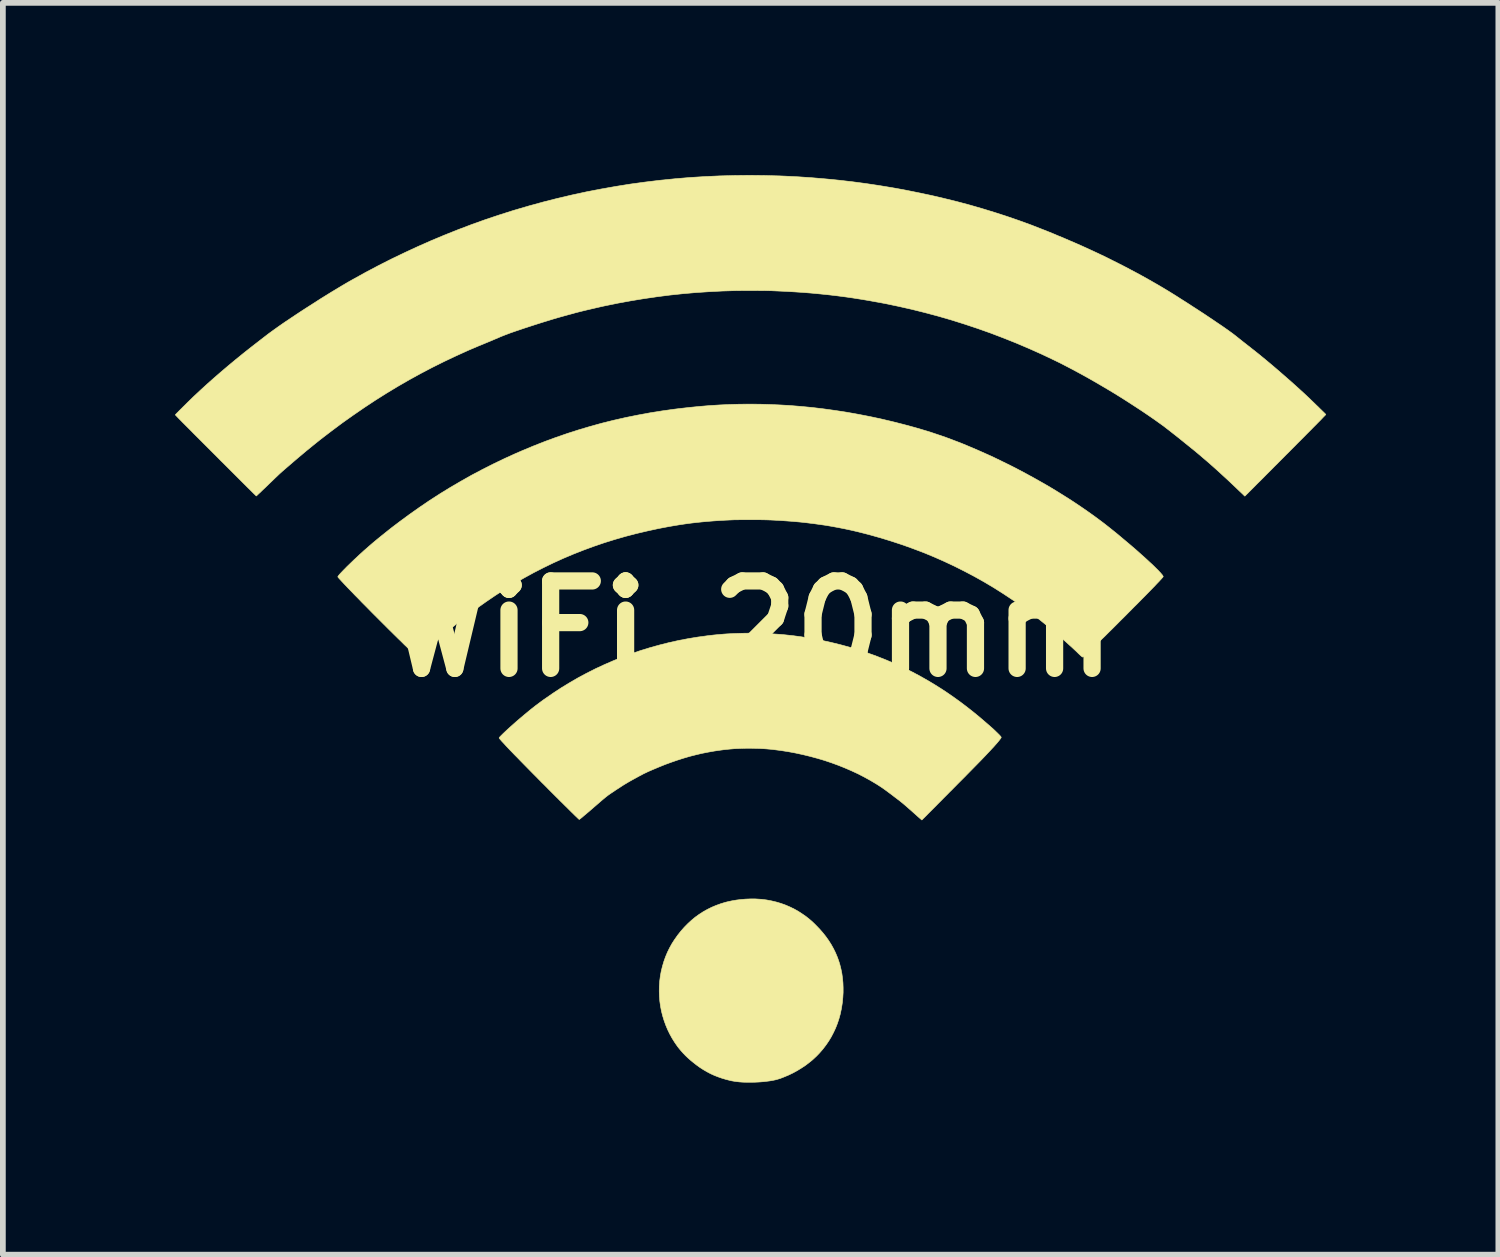
<source format=kicad_pcb>
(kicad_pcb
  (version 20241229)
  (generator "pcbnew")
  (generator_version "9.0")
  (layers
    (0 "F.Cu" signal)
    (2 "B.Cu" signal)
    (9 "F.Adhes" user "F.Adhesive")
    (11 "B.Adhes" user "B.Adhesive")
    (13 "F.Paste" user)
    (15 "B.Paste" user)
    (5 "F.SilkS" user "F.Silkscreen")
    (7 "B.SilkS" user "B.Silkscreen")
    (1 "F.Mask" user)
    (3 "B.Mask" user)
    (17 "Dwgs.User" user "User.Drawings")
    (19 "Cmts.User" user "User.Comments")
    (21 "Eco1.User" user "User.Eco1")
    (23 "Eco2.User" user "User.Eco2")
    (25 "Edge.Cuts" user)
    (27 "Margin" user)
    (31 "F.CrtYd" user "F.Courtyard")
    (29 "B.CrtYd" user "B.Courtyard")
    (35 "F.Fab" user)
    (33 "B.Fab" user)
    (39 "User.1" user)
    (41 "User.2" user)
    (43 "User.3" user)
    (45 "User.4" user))
  (footprint "WiFi_20mm"
    (layer "F.Cu")
    (at 10.028 7.907)
    (property "Reference" "WiFi_20mm" (at 0 0 0) (layer "F.SilkS") (effects (font (size 1.524 1.524) (thickness 0.3))))
    (attr through_hole)
    (fp_poly (pts (xy 0.082 4.706) (xy 0.162 4.711) (xy 0.192 4.713) (xy 0.279 4.724) (xy 0.364 4.74) (xy 0.448 4.76) (xy 0.529 4.784) (xy 0.609 4.813) (xy 0.686 4.846) (xy 0.762 4.883) (xy 0.836 4.925) (xy 0.908 4.972) (xy 0.968 5.014) (xy 0.998 5.038) (xy 1.027 5.061) (xy 1.055 5.085) (xy 1.083 5.11) (xy 1.112 5.138) (xy 1.137 5.163) (xy 1.2 5.228) (xy 1.258 5.294) (xy 1.312 5.362) (xy 1.361 5.431) (xy 1.406 5.502) (xy 1.446 5.574) (xy 1.482 5.648) (xy 1.514 5.724) (xy 1.541 5.801) (xy 1.556 5.85) (xy 1.575 5.926) (xy 1.591 6.005) (xy 1.602 6.086) (xy 1.61 6.169) (xy 1.613 6.253) (xy 1.613 6.338) (xy 1.608 6.423) (xy 1.6 6.509) (xy 1.587 6.594) (xy 1.581 6.628) (xy 1.563 6.713) (xy 1.54 6.796) (xy 1.513 6.877) (xy 1.482 6.956) (xy 1.446 7.033) (xy 1.407 7.108) (xy 1.363 7.181) (xy 1.316 7.25) (xy 1.265 7.317) (xy 1.252 7.333) (xy 1.224 7.365) (xy 1.195 7.398) (xy 1.164 7.43) (xy 1.135 7.459) (xy 1.121 7.471) (xy 1.107 7.485) (xy 1.095 7.496) (xy 1.085 7.505) (xy 1.076 7.513) (xy 1.068 7.52) (xy 1.06 7.526) (xy 1.051 7.534) (xy 1.04 7.542) (xy 1.027 7.553) (xy 1.025 7.554) (xy 0.959 7.605) (xy 0.888 7.652) (xy 0.815 7.697) (xy 0.738 7.739) (xy 0.659 7.777) (xy 0.577 7.811) (xy 0.518 7.834) (xy 0.479 7.846) (xy 0.436 7.858) (xy 0.388 7.868) (xy 0.336 7.877) (xy 0.28 7.884) (xy 0.22 7.891) (xy 0.157 7.896) (xy 0.097 7.899) (xy 0.076 7.9) (xy 0.051 7.9) (xy 0.024 7.901) (xy -0.005 7.901) (xy -0.034 7.901) (xy -0.062 7.901) (xy -0.089 7.9) (xy -0.113 7.9) (xy -0.134 7.899) (xy -0.138 7.899) (xy -0.194 7.895) (xy -0.245 7.889) (xy -0.293 7.882) (xy -0.339 7.874) (xy -0.35 7.871) (xy -0.426 7.852) (xy -0.497 7.831) (xy -0.566 7.807) (xy -0.632 7.781) (xy -0.696 7.752) (xy -0.758 7.719) (xy -0.82 7.683) (xy -0.881 7.644) (xy -0.942 7.6) (xy -0.998 7.556) (xy -1.048 7.515) (xy -1.094 7.474) (xy -1.137 7.433) (xy -1.177 7.391) (xy -1.216 7.347) (xy -1.254 7.301) (xy -1.274 7.275) (xy -1.322 7.206) (xy -1.367 7.134) (xy -1.408 7.06) (xy -1.445 6.984) (xy -1.478 6.905) (xy -1.507 6.825) (xy -1.532 6.743) (xy -1.553 6.66) (xy -1.569 6.576) (xy -1.581 6.49) (xy -1.588 6.405) (xy -1.591 6.318) (xy -1.59 6.232) (xy -1.584 6.145) (xy -1.583 6.136) (xy -1.572 6.049) (xy -1.556 5.963) (xy -1.535 5.879) (xy -1.511 5.797) (xy -1.482 5.716) (xy -1.449 5.637) (xy -1.411 5.56) (xy -1.37 5.486) (xy -1.324 5.414) (xy -1.321 5.41) (xy -1.268 5.335) (xy -1.212 5.265) (xy -1.154 5.199) (xy -1.093 5.137) (xy -1.03 5.079) (xy -0.965 5.025) (xy -0.897 4.976) (xy -0.826 4.93) (xy -0.753 4.889) (xy -0.678 4.852) (xy -0.6 4.819) (xy -0.52 4.79) (xy -0.438 4.765) (xy -0.405 4.757) (xy -0.328 4.74) (xy -0.247 4.726) (xy -0.165 4.716) (xy -0.083 4.709) (xy -0.000071 4.706) (xy 0.082 4.706)) (stroke (width 0.01) (type solid)) (fill yes) (layer "F.SilkS"))
    (fp_poly (pts (xy 0.129 0.077) (xy 0.259 0.081) (xy 0.39 0.088) (xy 0.521 0.097) (xy 0.578 0.102) (xy 0.745 0.12) (xy 0.911 0.143) (xy 1.076 0.17) (xy 1.241 0.201) (xy 1.404 0.237) (xy 1.567 0.277) (xy 1.729 0.321) (xy 1.889 0.37) (xy 2.047 0.423) (xy 2.204 0.48) (xy 2.358 0.541) (xy 2.511 0.606) (xy 2.662 0.675) (xy 2.81 0.748) (xy 2.955 0.825) (xy 3.097 0.906) (xy 3.207 0.972) (xy 3.32 1.043) (xy 3.432 1.117) (xy 3.543 1.194) (xy 3.654 1.274) (xy 3.765 1.358) (xy 3.877 1.446) (xy 3.989 1.538) (xy 4.101 1.634) (xy 4.138 1.666) (xy 4.165 1.689) (xy 4.188 1.71) (xy 4.209 1.728) (xy 4.228 1.745) (xy 4.245 1.761) (xy 4.262 1.777) (xy 4.278 1.793) (xy 4.295 1.809) (xy 4.305 1.819) (xy 4.323 1.837) (xy 4.337 1.851) (xy 4.348 1.863) (xy 4.357 1.873) (xy 4.362 1.88) (xy 4.366 1.886) (xy 4.367 1.89) (xy 4.367 1.893) (xy 4.363 1.902) (xy 4.355 1.914) (xy 4.344 1.929) (xy 4.33 1.947) (xy 4.312 1.969) (xy 4.291 1.994) (xy 4.266 2.022) (xy 4.238 2.054) (xy 4.206 2.088) (xy 4.171 2.126) (xy 4.132 2.167) (xy 4.09 2.212) (xy 4.044 2.26) (xy 3.995 2.311) (xy 3.942 2.365) (xy 3.886 2.422) (xy 3.826 2.483) (xy 3.763 2.547) (xy 3.743 2.568) (xy 3.711 2.6) (xy 3.678 2.633) (xy 3.645 2.666) (xy 3.61 2.701) (xy 3.576 2.736) (xy 3.54 2.772) (xy 3.505 2.808) (xy 3.469 2.843) (xy 3.434 2.879) (xy 3.398 2.915) (xy 3.363 2.95) (xy 3.329 2.985) (xy 3.295 3.019) (xy 3.262 3.052) (xy 3.231 3.084) (xy 3.2 3.115) (xy 3.171 3.144) (xy 3.143 3.172) (xy 3.117 3.198) (xy 3.093 3.222) (xy 3.071 3.245) (xy 3.051 3.265) (xy 3.033 3.283) (xy 3.018 3.298) (xy 3.005 3.31) (xy 2.996 3.32) (xy 2.989 3.327) (xy 2.985 3.33) (xy 2.985 3.331) (xy 2.983 3.329) (xy 2.977 3.325) (xy 2.969 3.318) (xy 2.959 3.309) (xy 2.946 3.298) (xy 2.931 3.285) (xy 2.915 3.271) (xy 2.902 3.259) (xy 2.864 3.225) (xy 2.829 3.194) (xy 2.798 3.166) (xy 2.769 3.141) (xy 2.743 3.118) (xy 2.719 3.097) (xy 2.696 3.077) (xy 2.676 3.06) (xy 2.657 3.044) (xy 2.639 3.029) (xy 2.621 3.015) (xy 2.604 3.001) (xy 2.588 2.988) (xy 2.571 2.976) (xy 2.556 2.964) (xy 2.543 2.954) (xy 2.527 2.942) (xy 2.509 2.929) (xy 2.49 2.914) (xy 2.471 2.899) (xy 2.452 2.885) (xy 2.444 2.879) (xy 2.409 2.853) (xy 2.377 2.829) (xy 2.347 2.807) (xy 2.319 2.787) (xy 2.292 2.768) (xy 2.265 2.75) (xy 2.237 2.732) (xy 2.209 2.714) (xy 2.19 2.702) (xy 2.089 2.642) (xy 1.984 2.584) (xy 1.876 2.528) (xy 1.764 2.476) (xy 1.649 2.426) (xy 1.532 2.379) (xy 1.412 2.335) (xy 1.29 2.294) (xy 1.166 2.257) (xy 1.04 2.223) (xy 0.913 2.192) (xy 0.784 2.164) (xy 0.655 2.14) (xy 0.526 2.12) (xy 0.456 2.111) (xy 0.393 2.103) (xy 0.334 2.097) (xy 0.276 2.092) (xy 0.219 2.088) (xy 0.161 2.085) (xy 0.101 2.083) (xy 0.038 2.082) (xy 0.022 2.081) (xy -0.079 2.081) (xy -0.177 2.084) (xy -0.273 2.088) (xy -0.368 2.096) (xy -0.464 2.106) (xy -0.561 2.119) (xy -0.634 2.13) (xy -0.741 2.149) (xy -0.847 2.17) (xy -0.953 2.195) (xy -1.059 2.222) (xy -1.165 2.253) (xy -1.272 2.287) (xy -1.379 2.324) (xy -1.489 2.364) (xy -1.6 2.409) (xy -1.714 2.457) (xy -1.748 2.472) (xy -1.772 2.482) (xy -1.794 2.492) (xy -1.816 2.503) (xy -1.838 2.513) (xy -1.861 2.524) (xy -1.884 2.536) (xy -1.909 2.55) (xy -1.937 2.564) (xy -1.968 2.581) (xy -2.001 2.599) (xy -2.008 2.603) (xy -2.041 2.621) (xy -2.07 2.637) (xy -2.097 2.652) (xy -2.123 2.667) (xy -2.147 2.681) (xy -2.17 2.695) (xy -2.194 2.709) (xy -2.218 2.724) (xy -2.243 2.74) (xy -2.27 2.758) (xy -2.299 2.777) (xy -2.332 2.798) (xy -2.361 2.817) (xy -2.382 2.832) (xy -2.402 2.845) (xy -2.419 2.856) (xy -2.435 2.867) (xy -2.45 2.877) (xy -2.464 2.887) (xy -2.477 2.896) (xy -2.49 2.906) (xy -2.503 2.916) (xy -2.516 2.926) (xy -2.53 2.937) (xy -2.545 2.95) (xy -2.561 2.963) (xy -2.579 2.978) (xy -2.599 2.995) (xy -2.622 3.015) (xy -2.646 3.036) (xy -2.674 3.06) (xy -2.705 3.087) (xy -2.71 3.091) (xy -2.749 3.125) (xy -2.785 3.156) (xy -2.817 3.184) (xy -2.847 3.209) (xy -2.873 3.231) (xy -2.896 3.25) (xy -2.916 3.267) (xy -2.933 3.282) (xy -2.948 3.294) (xy -2.96 3.304) (xy -2.97 3.311) (xy -2.977 3.317) (xy -2.983 3.32) (xy -2.986 3.322) (xy -2.986 3.322) (xy -2.988 3.32) (xy -2.994 3.315) (xy -3.002 3.307) (xy -3.013 3.297) (xy -3.026 3.284) (xy -3.042 3.269) (xy -3.06 3.252) (xy -3.079 3.233) (xy -3.1 3.212) (xy -3.122 3.191) (xy -3.145 3.168) (xy -3.154 3.159) (xy -3.18 3.133) (xy -3.206 3.107) (xy -3.234 3.08) (xy -3.261 3.053) (xy -3.287 3.027) (xy -3.313 3.002) (xy -3.337 2.978) (xy -3.359 2.955) (xy -3.379 2.936) (xy -3.397 2.918) (xy -3.407 2.908) (xy -3.42 2.895) (xy -3.436 2.879) (xy -3.455 2.86) (xy -3.476 2.839) (xy -3.499 2.816) (xy -3.525 2.79) (xy -3.551 2.763) (xy -3.579 2.735) (xy -3.608 2.706) (xy -3.638 2.677) (xy -3.667 2.647) (xy -3.697 2.617) (xy -3.723 2.59) (xy -3.789 2.524) (xy -3.851 2.461) (xy -3.91 2.401) (xy -3.965 2.345) (xy -4.017 2.292) (xy -4.065 2.242) (xy -4.111 2.196) (xy -4.152 2.153) (xy -4.191 2.113) (xy -4.226 2.076) (xy -4.257 2.043) (xy -4.285 2.012) (xy -4.31 1.985) (xy -4.332 1.962) (xy -4.35 1.941) (xy -4.365 1.924) (xy -4.37 1.917) (xy -4.375 1.911) (xy -4.379 1.906) (xy -4.38 1.901) (xy -4.379 1.897) (xy -4.376 1.891) (xy -4.369 1.884) (xy -4.36 1.874) (xy -4.357 1.871) (xy -4.338 1.852) (xy -4.315 1.829) (xy -4.29 1.805) (xy -4.261 1.778) (xy -4.23 1.749) (xy -4.197 1.719) (xy -4.162 1.688) (xy -4.125 1.655) (xy -4.088 1.622) (xy -4.05 1.589) (xy -4.011 1.556) (xy -3.972 1.523) (xy -3.933 1.49) (xy -3.895 1.459) (xy -3.858 1.428) (xy -3.822 1.399) (xy -3.818 1.396) (xy -3.799 1.381) (xy -3.776 1.363) (xy -3.751 1.343) (xy -3.724 1.323) (xy -3.696 1.302) (xy -3.668 1.281) (xy -3.641 1.261) (xy -3.615 1.242) (xy -3.591 1.225) (xy -3.586 1.222) (xy -3.445 1.124) (xy -3.302 1.03) (xy -3.156 0.941) (xy -3.008 0.855) (xy -2.857 0.774) (xy -2.705 0.697) (xy -2.55 0.625) (xy -2.394 0.557) (xy -2.236 0.493) (xy -2.076 0.433) (xy -1.915 0.378) (xy -1.752 0.328) (xy -1.587 0.282) (xy -1.421 0.24) (xy -1.254 0.203) (xy -1.086 0.171) (xy -0.916 0.143) (xy -0.746 0.12) (xy -0.642 0.108) (xy -0.582 0.102) (xy -0.523 0.097) (xy -0.466 0.092) (xy -0.408 0.088) (xy -0.35 0.085) (xy -0.291 0.082) (xy -0.229 0.08) (xy -0.164 0.078) (xy -0.124 0.077) (xy 0.001 0.075) (xy 0.129 0.077)) (stroke (width 0.01) (type solid)) (fill yes) (layer "F.SilkS"))
    (fp_poly (pts (xy 0.16 -3.914) (xy 0.336 -3.909) (xy 0.514 -3.901) (xy 0.673 -3.892) (xy 0.871 -3.876) (xy 1.071 -3.857) (xy 1.271 -3.833) (xy 1.473 -3.805) (xy 1.675 -3.774) (xy 1.877 -3.738) (xy 2.078 -3.699) (xy 2.279 -3.656) (xy 2.478 -3.609) (xy 2.675 -3.559) (xy 2.87 -3.506) (xy 3.063 -3.449) (xy 3.131 -3.428) (xy 3.262 -3.384) (xy 3.397 -3.338) (xy 3.533 -3.287) (xy 3.672 -3.234) (xy 3.811 -3.176) (xy 3.952 -3.116) (xy 4.094 -3.053) (xy 4.237 -2.988) (xy 4.379 -2.919) (xy 4.522 -2.849) (xy 4.664 -2.776) (xy 4.805 -2.701) (xy 4.946 -2.624) (xy 5.084 -2.546) (xy 5.222 -2.466) (xy 5.357 -2.384) (xy 5.49 -2.301) (xy 5.62 -2.218) (xy 5.747 -2.133) (xy 5.87 -2.048) (xy 5.991 -1.962) (xy 6.107 -1.876) (xy 6.16 -1.836) (xy 6.211 -1.796) (xy 6.264 -1.754) (xy 6.319 -1.71) (xy 6.374 -1.666) (xy 6.429 -1.62) (xy 6.485 -1.573) (xy 6.541 -1.526) (xy 6.597 -1.479) (xy 6.652 -1.432) (xy 6.707 -1.385) (xy 6.76 -1.338) (xy 6.811 -1.292) (xy 6.861 -1.248) (xy 6.909 -1.204) (xy 6.954 -1.162) (xy 6.997 -1.123) (xy 7.036 -1.085) (xy 7.072 -1.049) (xy 7.1 -1.022) (xy 7.123 -0.997) (xy 7.143 -0.976) (xy 7.159 -0.957) (xy 7.172 -0.942) (xy 7.181 -0.929) (xy 7.187 -0.919) (xy 7.19 -0.911) (xy 7.189 -0.907) (xy 7.186 -0.903) (xy 7.18 -0.895) (xy 7.171 -0.885) (xy 7.16 -0.872) (xy 7.146 -0.857) (xy 7.13 -0.84) (xy 7.113 -0.821) (xy 7.099 -0.807) (xy 7.074 -0.781) (xy 7.046 -0.751) (xy 7.014 -0.718) (xy 6.98 -0.683) (xy 6.944 -0.646) (xy 6.905 -0.606) (xy 6.865 -0.565) (xy 6.822 -0.522) (xy 6.778 -0.477) (xy 6.733 -0.431) (xy 6.686 -0.385) (xy 6.639 -0.337) (xy 6.591 -0.289) (xy 6.543 -0.24) (xy 6.494 -0.191) (xy 6.445 -0.143) (xy 6.397 -0.094) (xy 6.349 -0.046) (xy 6.302 0.001) (xy 6.255 0.047) (xy 6.21 0.092) (xy 6.166 0.136) (xy 6.123 0.177) (xy 6.083 0.218) (xy 6.044 0.256) (xy 6.008 0.291) (xy 5.973 0.324) (xy 5.942 0.355) (xy 5.913 0.382) (xy 5.888 0.407) (xy 5.884 0.411) (xy 5.867 0.427) (xy 5.851 0.442) (xy 5.836 0.455) (xy 5.823 0.467) (xy 5.811 0.477) (xy 5.802 0.485) (xy 5.796 0.49) (xy 5.792 0.493) (xy 5.792 0.493) (xy 5.789 0.492) (xy 5.785 0.491) (xy 5.78 0.488) (xy 5.773 0.484) (xy 5.765 0.478) (xy 5.756 0.47) (xy 5.744 0.459) (xy 5.73 0.446) (xy 5.713 0.43) (xy 5.705 0.422) (xy 5.682 0.399) (xy 5.654 0.373) (xy 5.624 0.345) (xy 5.592 0.315) (xy 5.557 0.284) (xy 5.521 0.251) (xy 5.484 0.218) (xy 5.445 0.184) (xy 5.407 0.149) (xy 5.368 0.116) (xy 5.33 0.083) (xy 5.293 0.05) (xy 5.257 0.02) (xy 5.222 -0.009) (xy 5.202 -0.026) (xy 5.046 -0.152) (xy 4.889 -0.274) (xy 4.729 -0.391) (xy 4.567 -0.504) (xy 4.404 -0.612) (xy 4.238 -0.717) (xy 4.07 -0.817) (xy 3.899 -0.913) (xy 3.726 -1.004) (xy 3.551 -1.092) (xy 3.374 -1.175) (xy 3.195 -1.254) (xy 3.013 -1.329) (xy 2.828 -1.399) (xy 2.641 -1.466) (xy 2.452 -1.528) (xy 2.26 -1.587) (xy 2.216 -1.599) (xy 2.096 -1.633) (xy 1.978 -1.664) (xy 1.863 -1.693) (xy 1.751 -1.719) (xy 1.639 -1.743) (xy 1.528 -1.765) (xy 1.418 -1.785) (xy 1.307 -1.804) (xy 1.194 -1.82) (xy 1.08 -1.836) (xy 1.065 -1.837) (xy 0.995 -1.846) (xy 0.927 -1.854) (xy 0.859 -1.861) (xy 0.792 -1.867) (xy 0.724 -1.873) (xy 0.655 -1.878) (xy 0.585 -1.883) (xy 0.512 -1.888) (xy 0.437 -1.892) (xy 0.357 -1.896) (xy 0.298 -1.898) (xy 0.281 -1.899) (xy 0.26 -1.899) (xy 0.235 -1.9) (xy 0.206 -1.9) (xy 0.175 -1.901) (xy 0.141 -1.901) (xy 0.105 -1.901) (xy 0.068 -1.901) (xy 0.029 -1.901) (xy -0.01 -1.901) (xy -0.049 -1.901) (xy -0.087 -1.901) (xy -0.125 -1.901) (xy -0.161 -1.901) (xy -0.195 -1.901) (xy -0.227 -1.9) (xy -0.256 -1.9) (xy -0.282 -1.9) (xy -0.304 -1.899) (xy -0.322 -1.898) (xy -0.325 -1.898) (xy -0.436 -1.893) (xy -0.542 -1.887) (xy -0.646 -1.88) (xy -0.746 -1.872) (xy -0.845 -1.863) (xy -0.941 -1.853) (xy -1.037 -1.842) (xy -1.133 -1.829) (xy -1.228 -1.815) (xy -1.325 -1.799) (xy -1.424 -1.782) (xy -1.524 -1.763) (xy -1.607 -1.747) (xy -1.8 -1.705) (xy -1.991 -1.66) (xy -2.179 -1.611) (xy -2.366 -1.557) (xy -2.549 -1.5) (xy -2.731 -1.438) (xy -2.91 -1.372) (xy -3.088 -1.302) (xy -3.263 -1.228) (xy -3.437 -1.149) (xy -3.608 -1.066) (xy -3.778 -0.979) (xy -3.946 -0.887) (xy -4.113 -0.791) (xy -4.278 -0.691) (xy -4.441 -0.586) (xy -4.603 -0.476) (xy -4.764 -0.362) (xy -4.923 -0.244) (xy -5.081 -0.12) (xy -5.238 0.007) (xy -5.24 0.009) (xy -5.275 0.038) (xy -5.31 0.069) (xy -5.347 0.1) (xy -5.385 0.133) (xy -5.422 0.165) (xy -5.46 0.198) (xy -5.496 0.23) (xy -5.532 0.262) (xy -5.566 0.293) (xy -5.599 0.322) (xy -5.629 0.35) (xy -5.657 0.376) (xy -5.682 0.399) (xy -5.703 0.42) (xy -5.723 0.439) (xy -5.74 0.455) (xy -5.755 0.468) (xy -5.767 0.477) (xy -5.778 0.484) (xy -5.787 0.488) (xy -5.794 0.49) (xy -5.8 0.489) (xy -5.806 0.487) (xy -5.812 0.482) (xy -5.822 0.474) (xy -5.835 0.463) (xy -5.851 0.448) (xy -5.869 0.431) (xy -5.891 0.411) (xy -5.915 0.388) (xy -5.941 0.363) (xy -5.969 0.336) (xy -5.999 0.307) (xy -6.032 0.276) (xy -6.066 0.242) (xy -6.101 0.207) (xy -6.139 0.171) (xy -6.177 0.133) (xy -6.217 0.094) (xy -6.257 0.054) (xy -6.299 0.013) (xy -6.341 -0.029) (xy -6.384 -0.072) (xy -6.428 -0.116) (xy -6.471 -0.159) (xy -6.515 -0.203) (xy -6.559 -0.247) (xy -6.603 -0.291) (xy -6.646 -0.335) (xy -6.689 -0.379) (xy -6.732 -0.422) (xy -6.774 -0.464) (xy -6.814 -0.506) (xy -6.854 -0.547) (xy -6.893 -0.586) (xy -6.93 -0.625) (xy -6.966 -0.662) (xy -6.997 -0.694) (xy -7.026 -0.724) (xy -7.053 -0.753) (xy -7.078 -0.779) (xy -7.101 -0.804) (xy -7.122 -0.826) (xy -7.14 -0.846) (xy -7.156 -0.863) (xy -7.169 -0.877) (xy -7.179 -0.889) (xy -7.186 -0.897) (xy -7.19 -0.903) (xy -7.19 -0.904) (xy -7.191 -0.908) (xy -7.19 -0.912) (xy -7.185 -0.919) (xy -7.185 -0.919) (xy -7.177 -0.93) (xy -7.165 -0.945) (xy -7.15 -0.962) (xy -7.132 -0.981) (xy -7.111 -1.003) (xy -7.088 -1.027) (xy -7.063 -1.052) (xy -7.036 -1.08) (xy -7.006 -1.109) (xy -6.975 -1.139) (xy -6.943 -1.17) (xy -6.91 -1.202) (xy -6.875 -1.234) (xy -6.84 -1.267) (xy -6.805 -1.3) (xy -6.769 -1.332) (xy -6.74 -1.359) (xy -6.694 -1.399) (xy -6.645 -1.442) (xy -6.593 -1.487) (xy -6.538 -1.533) (xy -6.481 -1.58) (xy -6.423 -1.627) (xy -6.363 -1.675) (xy -6.303 -1.723) (xy -6.242 -1.771) (xy -6.181 -1.817) (xy -6.122 -1.862) (xy -5.947 -1.991) (xy -5.77 -2.116) (xy -5.592 -2.237) (xy -5.412 -2.353) (xy -5.23 -2.465) (xy -5.045 -2.573) (xy -4.859 -2.678) (xy -4.67 -2.778) (xy -4.478 -2.875) (xy -4.282 -2.969) (xy -4.084 -3.059) (xy -3.984 -3.102) (xy -3.788 -3.184) (xy -3.59 -3.262) (xy -3.392 -3.335) (xy -3.192 -3.404) (xy -2.992 -3.468) (xy -2.79 -3.528) (xy -2.587 -3.584) (xy -2.382 -3.635) (xy -2.175 -3.682) (xy -1.967 -3.724) (xy -1.756 -3.763) (xy -1.544 -3.797) (xy -1.329 -3.827) (xy -1.256 -3.836) (xy -1.073 -3.857) (xy -0.892 -3.875) (xy -0.715 -3.89) (xy -0.538 -3.901) (xy -0.364 -3.909) (xy -0.189 -3.914) (xy -0.015 -3.915) (xy 0.16 -3.914)) (stroke (width 0.01) (type solid)) (fill yes) (layer "F.SilkS"))
    (fp_poly (pts (xy 0.243 -7.899) (xy 0.505 -7.892) (xy 0.601 -7.888) (xy 0.836 -7.876) (xy 1.071 -7.86) (xy 1.306 -7.84) (xy 1.541 -7.817) (xy 1.775 -7.79) (xy 2.008 -7.759) (xy 2.241 -7.724) (xy 2.472 -7.686) (xy 2.702 -7.644) (xy 2.93 -7.598) (xy 3.157 -7.55) (xy 3.382 -7.497) (xy 3.605 -7.442) (xy 3.825 -7.383) (xy 4.043 -7.32) (xy 4.258 -7.254) (xy 4.471 -7.185) (xy 4.68 -7.113) (xy 4.886 -7.038) (xy 5.063 -6.969) (xy 5.16 -6.931) (xy 5.259 -6.891) (xy 5.358 -6.849) (xy 5.458 -6.808) (xy 5.557 -6.765) (xy 5.655 -6.723) (xy 5.751 -6.681) (xy 5.844 -6.639) (xy 5.933 -6.598) (xy 5.977 -6.578) (xy 6.081 -6.529) (xy 6.186 -6.479) (xy 6.292 -6.426) (xy 6.398 -6.373) (xy 6.504 -6.319) (xy 6.61 -6.263) (xy 6.714 -6.208) (xy 6.817 -6.152) (xy 6.918 -6.096) (xy 7.016 -6.04) (xy 7.112 -5.985) (xy 7.203 -5.931) (xy 7.286 -5.881) (xy 7.349 -5.842) (xy 7.415 -5.801) (xy 7.483 -5.757) (xy 7.553 -5.713) (xy 7.625 -5.667) (xy 7.697 -5.62) (xy 7.77 -5.573) (xy 7.842 -5.526) (xy 7.914 -5.479) (xy 7.984 -5.432) (xy 8.053 -5.386) (xy 8.119 -5.341) (xy 8.183 -5.298) (xy 8.243 -5.257) (xy 8.277 -5.233) (xy 8.32 -5.203) (xy 8.361 -5.173) (xy 8.4 -5.145) (xy 8.435 -5.118) (xy 8.467 -5.093) (xy 8.488 -5.076) (xy 8.507 -5.061) (xy 8.528 -5.044) (xy 8.551 -5.026) (xy 8.576 -5.006) (xy 8.604 -4.984) (xy 8.635 -4.96) (xy 8.669 -4.933) (xy 8.707 -4.904) (xy 8.707 -4.903) (xy 8.728 -4.887) (xy 8.75 -4.869) (xy 8.773 -4.852) (xy 8.795 -4.834) (xy 8.815 -4.818) (xy 8.834 -4.803) (xy 8.85 -4.79) (xy 8.859 -4.783) (xy 8.916 -4.736) (xy 8.976 -4.687) (xy 9.037 -4.636) (xy 9.099 -4.584) (xy 9.162 -4.53) (xy 9.226 -4.475) (xy 9.289 -4.42) (xy 9.352 -4.365) (xy 9.414 -4.311) (xy 9.474 -4.257) (xy 9.533 -4.204) (xy 9.59 -4.152) (xy 9.645 -4.102) (xy 9.696 -4.054) (xy 9.745 -4.008) (xy 9.762 -3.991) (xy 9.787 -3.967) (xy 9.812 -3.943) (xy 9.837 -3.919) (xy 9.861 -3.895) (xy 9.885 -3.873) (xy 9.907 -3.851) (xy 9.928 -3.83) (xy 9.948 -3.811) (xy 9.966 -3.793) (xy 9.982 -3.778) (xy 9.996 -3.764) (xy 10.007 -3.753) (xy 10.016 -3.744) (xy 10.021 -3.738) (xy 10.024 -3.735) (xy 10.024 -3.735) (xy 10.022 -3.733) (xy 10.018 -3.728) (xy 10.01 -3.719) (xy 9.999 -3.708) (xy 9.985 -3.694) (xy 9.969 -3.677) (xy 9.951 -3.658) (xy 9.931 -3.637) (xy 9.908 -3.614) (xy 9.884 -3.59) (xy 9.858 -3.563) (xy 9.831 -3.536) (xy 9.802 -3.507) (xy 9.773 -3.477) (xy 9.742 -3.446) (xy 9.742 -3.446) (xy 9.715 -3.419) (xy 9.687 -3.391) (xy 9.657 -3.36) (xy 9.626 -3.329) (xy 9.592 -3.295) (xy 9.558 -3.261) (xy 9.522 -3.225) (xy 9.486 -3.188) (xy 9.448 -3.15) (xy 9.41 -3.112) (xy 9.371 -3.072) (xy 9.331 -3.033) (xy 9.292 -2.993) (xy 9.252 -2.953) (xy 9.212 -2.913) (xy 9.172 -2.872) (xy 9.132 -2.833) (xy 9.093 -2.793) (xy 9.054 -2.754) (xy 9.016 -2.716) (xy 8.979 -2.679) (xy 8.943 -2.642) (xy 8.908 -2.607) (xy 8.874 -2.573) (xy 8.841 -2.541) (xy 8.81 -2.51) (xy 8.781 -2.48) (xy 8.754 -2.453) (xy 8.728 -2.427) (xy 8.705 -2.404) (xy 8.684 -2.383) (xy 8.666 -2.364) (xy 8.649 -2.348) (xy 8.636 -2.335) (xy 8.626 -2.325) (xy 8.618 -2.317) (xy 8.614 -2.313) (xy 8.612 -2.312) (xy 8.611 -2.313) (xy 8.606 -2.318) (xy 8.598 -2.325) (xy 8.588 -2.335) (xy 8.576 -2.347) (xy 8.562 -2.36) (xy 8.546 -2.375) (xy 8.53 -2.391) (xy 8.529 -2.391) (xy 8.453 -2.464) (xy 8.38 -2.533) (xy 8.309 -2.6) (xy 8.24 -2.663) (xy 8.174 -2.724) (xy 8.109 -2.783) (xy 8.046 -2.839) (xy 7.984 -2.894) (xy 7.922 -2.947) (xy 7.861 -2.999) (xy 7.801 -3.05) (xy 7.74 -3.101) (xy 7.679 -3.15) (xy 7.677 -3.152) (xy 7.616 -3.201) (xy 7.559 -3.247) (xy 7.506 -3.29) (xy 7.456 -3.33) (xy 7.41 -3.367) (xy 7.366 -3.401) (xy 7.327 -3.432) (xy 7.29 -3.461) (xy 7.256 -3.487) (xy 7.225 -3.511) (xy 7.198 -3.532) (xy 7.173 -3.55) (xy 7.152 -3.565) (xy 7.046 -3.641) (xy 6.936 -3.717) (xy 6.824 -3.793) (xy 6.708 -3.869) (xy 6.591 -3.945) (xy 6.472 -4.021) (xy 6.351 -4.096) (xy 6.23 -4.169) (xy 6.108 -4.241) (xy 5.986 -4.312) (xy 5.865 -4.381) (xy 5.745 -4.447) (xy 5.627 -4.511) (xy 5.51 -4.572) (xy 5.396 -4.631) (xy 5.289 -4.683) (xy 5.072 -4.786) (xy 4.853 -4.884) (xy 4.632 -4.978) (xy 4.409 -5.067) (xy 4.184 -5.153) (xy 3.958 -5.233) (xy 3.73 -5.309) (xy 3.501 -5.381) (xy 3.27 -5.448) (xy 3.038 -5.51) (xy 2.805 -5.568) (xy 2.57 -5.621) (xy 2.335 -5.67) (xy 2.099 -5.713) (xy 2.09 -5.715) (xy 1.942 -5.74) (xy 1.796 -5.763) (xy 1.651 -5.784) (xy 1.506 -5.803) (xy 1.361 -5.82) (xy 1.216 -5.835) (xy 1.069 -5.849) (xy 0.92 -5.861) (xy 0.769 -5.871) (xy 0.614 -5.88) (xy 0.456 -5.887) (xy 0.367 -5.891) (xy 0.346 -5.891) (xy 0.32 -5.892) (xy 0.291 -5.893) (xy 0.258 -5.893) (xy 0.223 -5.894) (xy 0.185 -5.894) (xy 0.146 -5.894) (xy 0.105 -5.895) (xy 0.064 -5.895) (xy 0.022 -5.895) (xy -0.019 -5.895) (xy -0.06 -5.895) (xy -0.099 -5.895) (xy -0.137 -5.895) (xy -0.172 -5.894) (xy -0.204 -5.894) (xy -0.233 -5.894) (xy -0.259 -5.893) (xy -0.261 -5.893) (xy -0.494 -5.886) (xy -0.726 -5.874) (xy -0.955 -5.859) (xy -1.183 -5.839) (xy -1.409 -5.815) (xy -1.635 -5.786) (xy -1.86 -5.753) (xy -2.084 -5.716) (xy -2.309 -5.675) (xy -2.534 -5.629) (xy -2.581 -5.619) (xy -2.677 -5.597) (xy -2.772 -5.575) (xy -2.866 -5.553) (xy -2.96 -5.53) (xy -3.054 -5.506) (xy -3.148 -5.48) (xy -3.243 -5.454) (xy -3.34 -5.427) (xy -3.439 -5.398) (xy -3.54 -5.367) (xy -3.644 -5.335) (xy -3.751 -5.301) (xy -3.862 -5.265) (xy -3.886 -5.257) (xy -3.954 -5.235) (xy -4.018 -5.213) (xy -4.078 -5.193) (xy -4.133 -5.174) (xy -4.185 -5.156) (xy -4.232 -5.138) (xy -4.275 -5.122) (xy -4.315 -5.106) (xy -4.351 -5.092) (xy -4.383 -5.078) (xy -4.405 -5.068) (xy -4.429 -5.058) (xy -4.456 -5.047) (xy -4.486 -5.034) (xy -4.519 -5.02) (xy -4.555 -5.005) (xy -4.596 -4.988) (xy -4.64 -4.97) (xy -4.661 -4.961) (xy -4.707 -4.942) (xy -4.749 -4.925) (xy -4.788 -4.908) (xy -4.826 -4.892) (xy -4.862 -4.877) (xy -4.897 -4.862) (xy -4.929 -4.848) (xy -5.136 -4.754) (xy -5.341 -4.657) (xy -5.544 -4.556) (xy -5.746 -4.45) (xy -5.946 -4.34) (xy -6.144 -4.226) (xy -6.341 -4.107) (xy -6.536 -3.984) (xy -6.73 -3.856) (xy -6.922 -3.724) (xy -7.114 -3.588) (xy -7.304 -3.446) (xy -7.436 -3.345) (xy -7.497 -3.298) (xy -7.557 -3.25) (xy -7.618 -3.201) (xy -7.679 -3.151) (xy -7.742 -3.1) (xy -7.806 -3.046) (xy -7.872 -2.991) (xy -7.94 -2.933) (xy -8.011 -2.872) (xy -8.026 -2.859) (xy -8.056 -2.833) (xy -8.083 -2.81) (xy -8.106 -2.79) (xy -8.127 -2.772) (xy -8.146 -2.755) (xy -8.164 -2.74) (xy -8.18 -2.725) (xy -8.195 -2.712) (xy -8.209 -2.699) (xy -8.224 -2.685) (xy -8.238 -2.671) (xy -8.253 -2.657) (xy -8.27 -2.641) (xy -8.288 -2.624) (xy -8.29 -2.622) (xy -8.329 -2.584) (xy -8.366 -2.549) (xy -8.4 -2.516) (xy -8.433 -2.484) (xy -8.463 -2.455) (xy -8.491 -2.429) (xy -8.516 -2.405) (xy -8.538 -2.383) (xy -8.558 -2.365) (xy -8.575 -2.349) (xy -8.589 -2.336) (xy -8.599 -2.326) (xy -8.607 -2.319) (xy -8.611 -2.315) (xy -8.612 -2.314) (xy -8.614 -2.316) (xy -8.619 -2.321) (xy -8.627 -2.329) (xy -8.638 -2.34) (xy -8.653 -2.354) (xy -8.669 -2.37) (xy -8.689 -2.39) (xy -8.71 -2.411) (xy -8.734 -2.435) (xy -8.761 -2.461) (xy -8.789 -2.489) (xy -8.819 -2.519) (xy -8.851 -2.551) (xy -8.884 -2.584) (xy -8.919 -2.619) (xy -8.955 -2.655) (xy -8.992 -2.692) (xy -9.031 -2.731) (xy -9.07 -2.77) (xy -9.11 -2.81) (xy -9.151 -2.851) (xy -9.192 -2.892) (xy -9.234 -2.933) (xy -9.275 -2.975) (xy -9.317 -3.017) (xy -9.359 -3.059) (xy -9.4 -3.1) (xy -9.442 -3.142) (xy -9.482 -3.182) (xy -9.522 -3.222) (xy -9.562 -3.262) (xy -9.6 -3.3) (xy -9.638 -3.338) (xy -9.674 -3.374) (xy -9.709 -3.409) (xy -9.742 -3.443) (xy -9.774 -3.475) (xy -9.804 -3.505) (xy -9.832 -3.533) (xy -9.859 -3.56) (xy -9.883 -3.584) (xy -9.905 -3.606) (xy -9.924 -3.626) (xy -9.941 -3.643) (xy -9.955 -3.657) (xy -9.966 -3.669) (xy -9.975 -3.677) (xy -9.978 -3.681) (xy -10.023 -3.728) (xy -10.014 -3.74) (xy -10.01 -3.744) (xy -10.003 -3.751) (xy -9.993 -3.762) (xy -9.98 -3.774) (xy -9.966 -3.789) (xy -9.949 -3.806) (xy -9.931 -3.824) (xy -9.911 -3.843) (xy -9.891 -3.864) (xy -9.869 -3.885) (xy -9.848 -3.906) (xy -9.826 -3.928) (xy -9.805 -3.949) (xy -9.784 -3.969) (xy -9.764 -3.989) (xy -9.745 -4.007) (xy -9.727 -4.025) (xy -9.711 -4.04) (xy -9.698 -4.053) (xy -9.691 -4.059) (xy -9.582 -4.161) (xy -9.468 -4.265) (xy -9.351 -4.369) (xy -9.23 -4.474) (xy -9.104 -4.581) (xy -8.974 -4.689) (xy -8.84 -4.798) (xy -8.701 -4.908) (xy -8.558 -5.019) (xy -8.457 -5.097) (xy -8.421 -5.125) (xy -8.385 -5.152) (xy -8.349 -5.178) (xy -8.312 -5.205) (xy -8.274 -5.232) (xy -8.235 -5.26) (xy -8.195 -5.288) (xy -8.152 -5.318) (xy -8.107 -5.349) (xy -8.058 -5.381) (xy -8.007 -5.416) (xy -7.952 -5.452) (xy -7.95 -5.454) (xy -7.855 -5.517) (xy -7.761 -5.578) (xy -7.667 -5.638) (xy -7.575 -5.697) (xy -7.485 -5.755) (xy -7.396 -5.81) (xy -7.309 -5.864) (xy -7.224 -5.915) (xy -7.143 -5.964) (xy -7.064 -6.011) (xy -6.988 -6.055) (xy -6.931 -6.087) (xy -6.709 -6.21) (xy -6.484 -6.329) (xy -6.257 -6.444) (xy -6.028 -6.554) (xy -5.797 -6.661) (xy -5.564 -6.764) (xy -5.33 -6.862) (xy -5.094 -6.956) (xy -4.857 -7.046) (xy -4.619 -7.131) (xy -4.38 -7.211) (xy -4.141 -7.287) (xy -4.114 -7.295) (xy -3.865 -7.368) (xy -3.614 -7.437) (xy -3.362 -7.501) (xy -3.11 -7.56) (xy -2.856 -7.615) (xy -2.602 -7.664) (xy -2.347 -7.709) (xy -2.091 -7.75) (xy -1.834 -7.785) (xy -1.577 -7.816) (xy -1.319 -7.842) (xy -1.06 -7.864) (xy -0.801 -7.88) (xy -0.541 -7.892) (xy -0.28 -7.899) (xy -0.019 -7.902) (xy 0.243 -7.899)) (stroke (width 0.01) (type solid)) (fill yes) (layer "F.SilkS")))
  (gr_rect
    (start -3 -3)
    (end 23.058 18.812)
    (stroke (width 0.1) (type default))
    (fill no)
    (layer "Edge.Cuts")))
</source>
